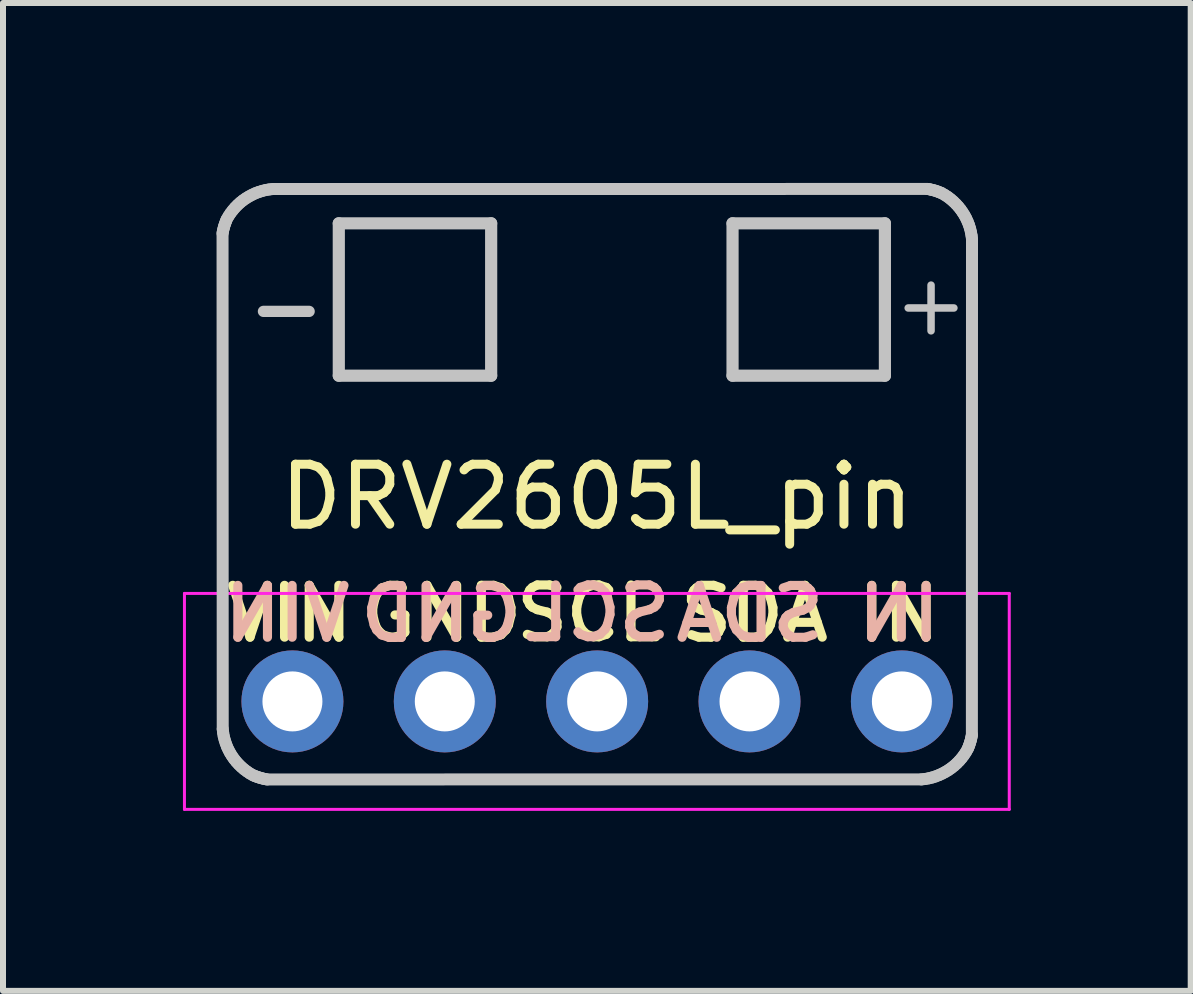
<source format=kicad_pcb>
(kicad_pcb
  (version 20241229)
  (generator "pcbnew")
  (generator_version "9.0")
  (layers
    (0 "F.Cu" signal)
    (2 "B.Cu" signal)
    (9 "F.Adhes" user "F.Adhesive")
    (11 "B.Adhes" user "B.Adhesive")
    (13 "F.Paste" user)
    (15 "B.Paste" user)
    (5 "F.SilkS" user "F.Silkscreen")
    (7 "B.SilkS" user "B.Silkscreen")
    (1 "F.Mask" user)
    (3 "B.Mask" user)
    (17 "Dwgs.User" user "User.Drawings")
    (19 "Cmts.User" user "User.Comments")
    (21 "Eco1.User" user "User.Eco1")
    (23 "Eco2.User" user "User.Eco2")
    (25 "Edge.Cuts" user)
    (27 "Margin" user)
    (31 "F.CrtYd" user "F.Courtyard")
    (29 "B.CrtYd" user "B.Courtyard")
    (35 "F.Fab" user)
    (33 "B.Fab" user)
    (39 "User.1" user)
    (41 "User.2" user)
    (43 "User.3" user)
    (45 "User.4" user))
  (footprint "DRV2605L_pin"
    (layer "F.Cu")
    (at 6.9 5.234)
    (property "Reference" "DRV2605L_pin" (at 0 0 0) (layer "F.SilkS") (effects (font (size 1 1) (thickness 0.15))))
    (attr through_hole)
    (fp_line (start -6.237 3.87) (end -6.24 -4.393) (stroke (width 0.2) (type solid)) (layer "Dwgs.User"))
    (fp_line (start -6.237 3.87) (end -6.23 3.931) (stroke (width 0.2) (type solid)) (layer "Dwgs.User"))
    (fp_line (start -6.235 -4.423) (end -6.24 -4.393) (stroke (width 0.2) (type solid)) (layer "Dwgs.User"))
    (fp_line (start -6.23 3.931) (end -6.22 3.991) (stroke (width 0.2) (type solid)) (layer "Dwgs.User"))
    (fp_line (start -6.228 -4.453) (end -6.235 -4.423) (stroke (width 0.2) (type solid)) (layer "Dwgs.User"))
    (fp_line (start -6.221 -4.483) (end -6.228 -4.453) (stroke (width 0.2) (type solid)) (layer "Dwgs.User"))
    (fp_line (start -6.22 3.991) (end -6.205 4.049) (stroke (width 0.2) (type solid)) (layer "Dwgs.User"))
    (fp_line (start -6.213 -4.512) (end -6.221 -4.483) (stroke (width 0.2) (type solid)) (layer "Dwgs.User"))
    (fp_line (start -6.205 4.049) (end -6.187 4.106) (stroke (width 0.2) (type solid)) (layer "Dwgs.User"))
    (fp_line (start -6.203 -4.541) (end -6.213 -4.512) (stroke (width 0.2) (type solid)) (layer "Dwgs.User"))
    (fp_line (start -6.193 -4.57) (end -6.203 -4.541) (stroke (width 0.2) (type solid)) (layer "Dwgs.User"))
    (fp_line (start -6.187 4.106) (end -6.166 4.162) (stroke (width 0.2) (type solid)) (layer "Dwgs.User"))
    (fp_line (start -6.182 -4.599) (end -6.193 -4.57) (stroke (width 0.2) (type solid)) (layer "Dwgs.User"))
    (fp_line (start -6.171 -4.627) (end -6.182 -4.599) (stroke (width 0.2) (type solid)) (layer "Dwgs.User"))
    (fp_line (start -6.166 4.162) (end -6.141 4.216) (stroke (width 0.2) (type solid)) (layer "Dwgs.User"))
    (fp_line (start -6.141 4.216) (end -6.113 4.269) (stroke (width 0.2) (type solid)) (layer "Dwgs.User"))
    (fp_line (start -6.14 -4.68) (end -6.171 -4.627) (stroke (width 0.2) (type solid)) (layer "Dwgs.User"))
    (fp_line (start -6.113 4.269) (end -6.082 4.319) (stroke (width 0.2) (type solid)) (layer "Dwgs.User"))
    (fp_line (start -6.107 -4.73) (end -6.14 -4.68) (stroke (width 0.2) (type solid)) (layer "Dwgs.User"))
    (fp_line (start -6.082 4.319) (end -6.048 4.368) (stroke (width 0.2) (type solid)) (layer "Dwgs.User"))
    (fp_line (start -6.07 -4.778) (end -6.107 -4.73) (stroke (width 0.2) (type solid)) (layer "Dwgs.User"))
    (fp_line (start -6.048 4.368) (end -6.01 4.415) (stroke (width 0.2) (type solid)) (layer "Dwgs.User"))
    (fp_line (start -6.031 -4.824) (end -6.07 -4.778) (stroke (width 0.2) (type solid)) (layer "Dwgs.User"))
    (fp_line (start -6.01 4.415) (end -5.97 4.459) (stroke (width 0.2) (type solid)) (layer "Dwgs.User"))
    (fp_line (start -5.989 -4.867) (end -6.031 -4.824) (stroke (width 0.2) (type solid)) (layer "Dwgs.User"))
    (fp_line (start -5.97 4.459) (end -5.928 4.5) (stroke (width 0.2) (type solid)) (layer "Dwgs.User"))
    (fp_line (start -5.945 -4.907) (end -5.989 -4.867) (stroke (width 0.2) (type solid)) (layer "Dwgs.User"))
    (fp_line (start -5.928 4.5) (end -5.882 4.54) (stroke (width 0.2) (type solid)) (layer "Dwgs.User"))
    (fp_line (start -5.899 -4.944) (end -5.945 -4.907) (stroke (width 0.2) (type solid)) (layer "Dwgs.User"))
    (fp_line (start -5.882 4.54) (end -5.834 4.576) (stroke (width 0.2) (type solid)) (layer "Dwgs.User"))
    (fp_line (start -5.85 -4.978) (end -5.899 -4.944) (stroke (width 0.2) (type solid)) (layer "Dwgs.User"))
    (fp_line (start -5.834 4.576) (end -5.784 4.61) (stroke (width 0.2) (type solid)) (layer "Dwgs.User"))
    (fp_line (start -5.799 -5.009) (end -5.85 -4.978) (stroke (width 0.2) (type solid)) (layer "Dwgs.User"))
    (fp_line (start -5.784 4.61) (end -5.731 4.64) (stroke (width 0.2) (type solid)) (layer "Dwgs.User"))
    (fp_line (start -5.747 -5.037) (end -5.799 -5.009) (stroke (width 0.2) (type solid)) (layer "Dwgs.User"))
    (fp_line (start -5.731 4.64) (end -5.703 4.652) (stroke (width 0.2) (type solid)) (layer "Dwgs.User"))
    (fp_line (start -5.703 4.652) (end -5.674 4.663) (stroke (width 0.2) (type solid)) (layer "Dwgs.User"))
    (fp_line (start -5.693 -5.062) (end -5.747 -5.037) (stroke (width 0.2) (type solid)) (layer "Dwgs.User"))
    (fp_line (start -5.674 4.663) (end -5.645 4.673) (stroke (width 0.2) (type solid)) (layer "Dwgs.User"))
    (fp_line (start -5.645 4.673) (end -5.616 4.682) (stroke (width 0.2) (type solid)) (layer "Dwgs.User"))
    (fp_line (start -5.637 -5.083) (end -5.693 -5.062) (stroke (width 0.2) (type solid)) (layer "Dwgs.User"))
    (fp_line (start -5.616 4.682) (end -5.586 4.69) (stroke (width 0.2) (type solid)) (layer "Dwgs.User"))
    (fp_line (start -5.586 4.69) (end -5.557 4.698) (stroke (width 0.2) (type solid)) (layer "Dwgs.User"))
    (fp_line (start -5.58 -5.101) (end -5.637 -5.083) (stroke (width 0.2) (type solid)) (layer "Dwgs.User"))
    (fp_line (start -5.557 4.698) (end -5.527 4.704) (stroke (width 0.2) (type solid)) (layer "Dwgs.User"))
    (fp_line (start -5.527 4.704) (end -5.497 4.71) (stroke (width 0.2) (type solid)) (layer "Dwgs.User"))
    (fp_line (start -5.521 -5.116) (end -5.58 -5.101) (stroke (width 0.2) (type solid)) (layer "Dwgs.User"))
    (fp_line (start -5.461 -5.126) (end -5.521 -5.116) (stroke (width 0.2) (type solid)) (layer "Dwgs.User"))
    (fp_line (start -5.401 -5.133) (end -5.461 -5.126) (stroke (width 0.2) (type solid)) (layer "Dwgs.User"))
    (fp_line (start -5.401 -5.133) (end 5.513 -5.134) (stroke (width 0.2) (type solid)) (layer "Dwgs.User"))
    (fp_line (start -4.302 -4.561) (end -1.762 -4.561) (stroke (width 0.203) (type solid)) (layer "Dwgs.User"))
    (fp_line (start -4.302 -2.021) (end -4.302 -4.561) (stroke (width 0.203) (type solid)) (layer "Dwgs.User"))
    (fp_line (start -1.762 -4.561) (end -1.762 -2.021) (stroke (width 0.203) (type solid)) (layer "Dwgs.User"))
    (fp_line (start -1.762 -2.021) (end -4.302 -2.021) (stroke (width 0.203) (type solid)) (layer "Dwgs.User"))
    (fp_line (start 2.262 -4.561) (end 4.802 -4.561) (stroke (width 0.203) (type solid)) (layer "Dwgs.User"))
    (fp_line (start 2.262 -2.021) (end 2.262 -4.561) (stroke (width 0.203) (type solid)) (layer "Dwgs.User"))
    (fp_line (start 4.802 -4.561) (end 4.802 -2.021) (stroke (width 0.203) (type solid)) (layer "Dwgs.User"))
    (fp_line (start 4.802 -2.021) (end 2.262 -2.021) (stroke (width 0.203) (type solid)) (layer "Dwgs.User"))
    (fp_line (start 5.412 4.709) (end -5.497 4.71) (stroke (width 0.2) (type solid)) (layer "Dwgs.User"))
    (fp_line (start 5.412 4.709) (end 5.473 4.702) (stroke (width 0.2) (type solid)) (layer "Dwgs.User"))
    (fp_line (start 5.473 4.702) (end 5.533 4.691) (stroke (width 0.2) (type solid)) (layer "Dwgs.User"))
    (fp_line (start 5.533 4.691) (end 5.591 4.677) (stroke (width 0.2) (type solid)) (layer "Dwgs.User"))
    (fp_line (start 5.543 -5.129) (end 5.513 -5.134) (stroke (width 0.2) (type solid)) (layer "Dwgs.User"))
    (fp_line (start 5.573 -5.122) (end 5.543 -5.129) (stroke (width 0.2) (type solid)) (layer "Dwgs.User"))
    (fp_line (start 5.591 4.677) (end 5.648 4.659) (stroke (width 0.2) (type solid)) (layer "Dwgs.User"))
    (fp_line (start 5.603 -5.115) (end 5.573 -5.122) (stroke (width 0.2) (type solid)) (layer "Dwgs.User"))
    (fp_line (start 5.633 -5.107) (end 5.603 -5.115) (stroke (width 0.2) (type solid)) (layer "Dwgs.User"))
    (fp_line (start 5.648 4.659) (end 5.704 4.637) (stroke (width 0.2) (type solid)) (layer "Dwgs.User"))
    (fp_line (start 5.662 -5.098) (end 5.633 -5.107) (stroke (width 0.2) (type solid)) (layer "Dwgs.User"))
    (fp_line (start 5.691 -5.087) (end 5.662 -5.098) (stroke (width 0.2) (type solid)) (layer "Dwgs.User"))
    (fp_line (start 5.704 4.637) (end 5.758 4.612) (stroke (width 0.2) (type solid)) (layer "Dwgs.User"))
    (fp_line (start 5.719 -5.076) (end 5.691 -5.087) (stroke (width 0.2) (type solid)) (layer "Dwgs.User"))
    (fp_line (start 5.747 -5.065) (end 5.719 -5.076) (stroke (width 0.2) (type solid)) (layer "Dwgs.User"))
    (fp_line (start 5.758 4.612) (end 5.811 4.584) (stroke (width 0.2) (type solid)) (layer "Dwgs.User"))
    (fp_line (start 5.8 -5.034) (end 5.747 -5.065) (stroke (width 0.2) (type solid)) (layer "Dwgs.User"))
    (fp_line (start 5.811 4.584) (end 5.862 4.553) (stroke (width 0.2) (type solid)) (layer "Dwgs.User"))
    (fp_line (start 5.851 -5.001) (end 5.8 -5.034) (stroke (width 0.2) (type solid)) (layer "Dwgs.User"))
    (fp_line (start 5.862 4.553) (end 5.91 4.519) (stroke (width 0.2) (type solid)) (layer "Dwgs.User"))
    (fp_line (start 5.899 -4.964) (end 5.851 -5.001) (stroke (width 0.2) (type solid)) (layer "Dwgs.User"))
    (fp_line (start 5.91 4.519) (end 5.957 4.482) (stroke (width 0.2) (type solid)) (layer "Dwgs.User"))
    (fp_line (start 5.944 -4.925) (end 5.899 -4.964) (stroke (width 0.2) (type solid)) (layer "Dwgs.User"))
    (fp_line (start 5.957 4.482) (end 6.001 4.442) (stroke (width 0.2) (type solid)) (layer "Dwgs.User"))
    (fp_line (start 5.987 -4.883) (end 5.944 -4.925) (stroke (width 0.2) (type solid)) (layer "Dwgs.User"))
    (fp_line (start 6.001 4.442) (end 6.043 4.399) (stroke (width 0.2) (type solid)) (layer "Dwgs.User"))
    (fp_line (start 6.027 -4.839) (end 5.987 -4.883) (stroke (width 0.2) (type solid)) (layer "Dwgs.User"))
    (fp_line (start 6.043 4.399) (end 6.082 4.354) (stroke (width 0.2) (type solid)) (layer "Dwgs.User"))
    (fp_line (start 6.064 -4.793) (end 6.027 -4.839) (stroke (width 0.2) (type solid)) (layer "Dwgs.User"))
    (fp_line (start 6.082 4.354) (end 6.118 4.306) (stroke (width 0.2) (type solid)) (layer "Dwgs.User"))
    (fp_line (start 6.098 -4.744) (end 6.064 -4.793) (stroke (width 0.2) (type solid)) (layer "Dwgs.User"))
    (fp_line (start 6.118 4.306) (end 6.152 4.255) (stroke (width 0.2) (type solid)) (layer "Dwgs.User"))
    (fp_line (start 6.13 -4.693) (end 6.098 -4.744) (stroke (width 0.2) (type solid)) (layer "Dwgs.User"))
    (fp_line (start 6.152 4.255) (end 6.182 4.202) (stroke (width 0.2) (type solid)) (layer "Dwgs.User"))
    (fp_line (start 6.158 -4.641) (end 6.13 -4.693) (stroke (width 0.2) (type solid)) (layer "Dwgs.User"))
    (fp_line (start 6.182 4.202) (end 6.194 4.174) (stroke (width 0.2) (type solid)) (layer "Dwgs.User"))
    (fp_line (start 6.182 -4.587) (end 6.158 -4.641) (stroke (width 0.2) (type solid)) (layer "Dwgs.User"))
    (fp_line (start 6.194 4.174) (end 6.205 4.145) (stroke (width 0.2) (type solid)) (layer "Dwgs.User"))
    (fp_line (start 6.204 -4.531) (end 6.182 -4.587) (stroke (width 0.2) (type solid)) (layer "Dwgs.User"))
    (fp_line (start 6.205 4.145) (end 6.215 4.117) (stroke (width 0.2) (type solid)) (layer "Dwgs.User"))
    (fp_line (start 6.215 4.117) (end 6.224 4.087) (stroke (width 0.2) (type solid)) (layer "Dwgs.User"))
    (fp_line (start 6.222 -4.474) (end 6.204 -4.531) (stroke (width 0.2) (type solid)) (layer "Dwgs.User"))
    (fp_line (start 6.224 4.087) (end 6.233 4.058) (stroke (width 0.2) (type solid)) (layer "Dwgs.User"))
    (fp_line (start 6.233 4.058) (end 6.24 4.028) (stroke (width 0.2) (type solid)) (layer "Dwgs.User"))
    (fp_line (start 6.236 -4.415) (end 6.222 -4.474) (stroke (width 0.2) (type solid)) (layer "Dwgs.User"))
    (fp_line (start 6.24 4.028) (end 6.246 3.998) (stroke (width 0.2) (type solid)) (layer "Dwgs.User"))
    (fp_line (start 6.246 3.998) (end 6.252 3.968) (stroke (width 0.2) (type solid)) (layer "Dwgs.User"))
    (fp_line (start 6.247 -4.355) (end 6.236 -4.415) (stroke (width 0.2) (type solid)) (layer "Dwgs.User"))
    (fp_line (start 6.252 3.968) (end 6.254 -4.295) (stroke (width 0.2) (type solid)) (layer "Dwgs.User"))
    (fp_line (start 6.254 -4.295) (end 6.247 -4.355) (stroke (width 0.2) (type solid)) (layer "Dwgs.User"))
    (fp_line (start -6.875 1.609) (end -6.875 5.209) (stroke (width 0.05) (type solid)) (layer "F.CrtYd"))
    (fp_line (start -6.875 5.209) (end 6.875 5.209) (stroke (width 0.05) (type solid)) (layer "F.CrtYd"))
    (fp_line (start 6.875 1.609) (end -6.875 1.609) (stroke (width 0.05) (type solid)) (layer "F.CrtYd"))
    (fp_line (start 6.875 5.209) (end 6.875 1.609) (stroke (width 0.05) (type solid)) (layer "F.CrtYd"))
    (fp_text user "SDA" (at 2.626 1.946 0) (unlocked yes) (layer "F.SilkS") (effects (font (size 0.864 0.864) (thickness 0.152) (bold yes))))
    (fp_text user "GND" (at -2.584 1.946 0) (unlocked yes) (layer "F.SilkS") (effects (font (size 0.864 0.864) (thickness 0.152) (bold yes))))
    (fp_text user "IN" (at 5.036 1.946 0) (unlocked yes) (layer "F.SilkS") (effects (font (size 0.864 0.864) (thickness 0.152) (bold yes))))
    (fp_text user "VIN" (at -5.124 1.946 0) (unlocked yes) (layer "F.SilkS") (effects (font (size 0.864 0.864) (thickness 0.152) (bold yes))))
    (fp_text user "SCL" (at -0.13 1.94 0) (unlocked yes) (layer "F.SilkS") (effects (font (size 0.864 0.864) (thickness 0.152) (bold yes))))
    (fp_text user "GND" (at -2.601 1.95 0) (unlocked yes) (layer "B.SilkS") (effects (font (size 0.864 0.864) (thickness 0.152) (bold yes)) (justify mirror)))
    (fp_text user "VIN" (at -5.162 1.947 0) (unlocked yes) (layer "B.SilkS") (effects (font (size 0.864 0.864) (thickness 0.152) (bold yes)) (justify mirror)))
    (fp_text user "IN" (at 5.035 1.948 0) (unlocked yes) (layer "B.SilkS") (effects (font (size 0.864 0.864) (thickness 0.152) (bold yes)) (justify mirror)))
    (fp_text user "SDA" (at 2.552 1.948 0) (unlocked yes) (layer "B.SilkS") (effects (font (size 0.864 0.864) (thickness 0.152) (bold yes)) (justify mirror)))
    (fp_text user "SCL" (at 0.013 1.939 0) (unlocked yes) (layer "B.SilkS") (effects (font (size 0.864 0.864) (thickness 0.152) (bold yes)) (justify mirror)))
    (fp_text user "-" (at -5.92 -2.58 0) (unlocked yes) (layer "Dwgs.User") (effects (font (size 1 1) (thickness 0.188)) (justify left bottom)))
    (fp_text user "+" (at 4.87 -2.64 0) (unlocked yes) (layer "Dwgs.User") (effects (font (size 1 1) (thickness 0.125)) (justify left bottom)))
    (pad "1" thru_hole circle (at -5.075 3.409 90) (size 1.7 1.7) (drill 1) (layers "*.Cu" "*.Mask"))
    (pad "2" thru_hole oval (at -2.535 3.409 90) (size 1.7 1.7) (drill 1) (layers "*.Cu" "*.Mask"))
    (pad "3" thru_hole oval (at 0.005 3.409 90) (size 1.7 1.7) (drill 1) (layers "*.Cu" "*.Mask"))
    (pad "4" thru_hole oval (at 2.545 3.409 90) (size 1.7 1.7) (drill 1) (layers "*.Cu" "*.Mask"))
    (pad "5" thru_hole oval (at 5.085 3.409 90) (size 1.7 1.7) (drill 1) (layers "*.Cu" "*.Mask")))
  (gr_rect
    (start -3 -3)
    (end 16.8 13.469)
    (stroke (width 0.1) (type default))
    (fill no)
    (layer "Edge.Cuts")))
</source>
